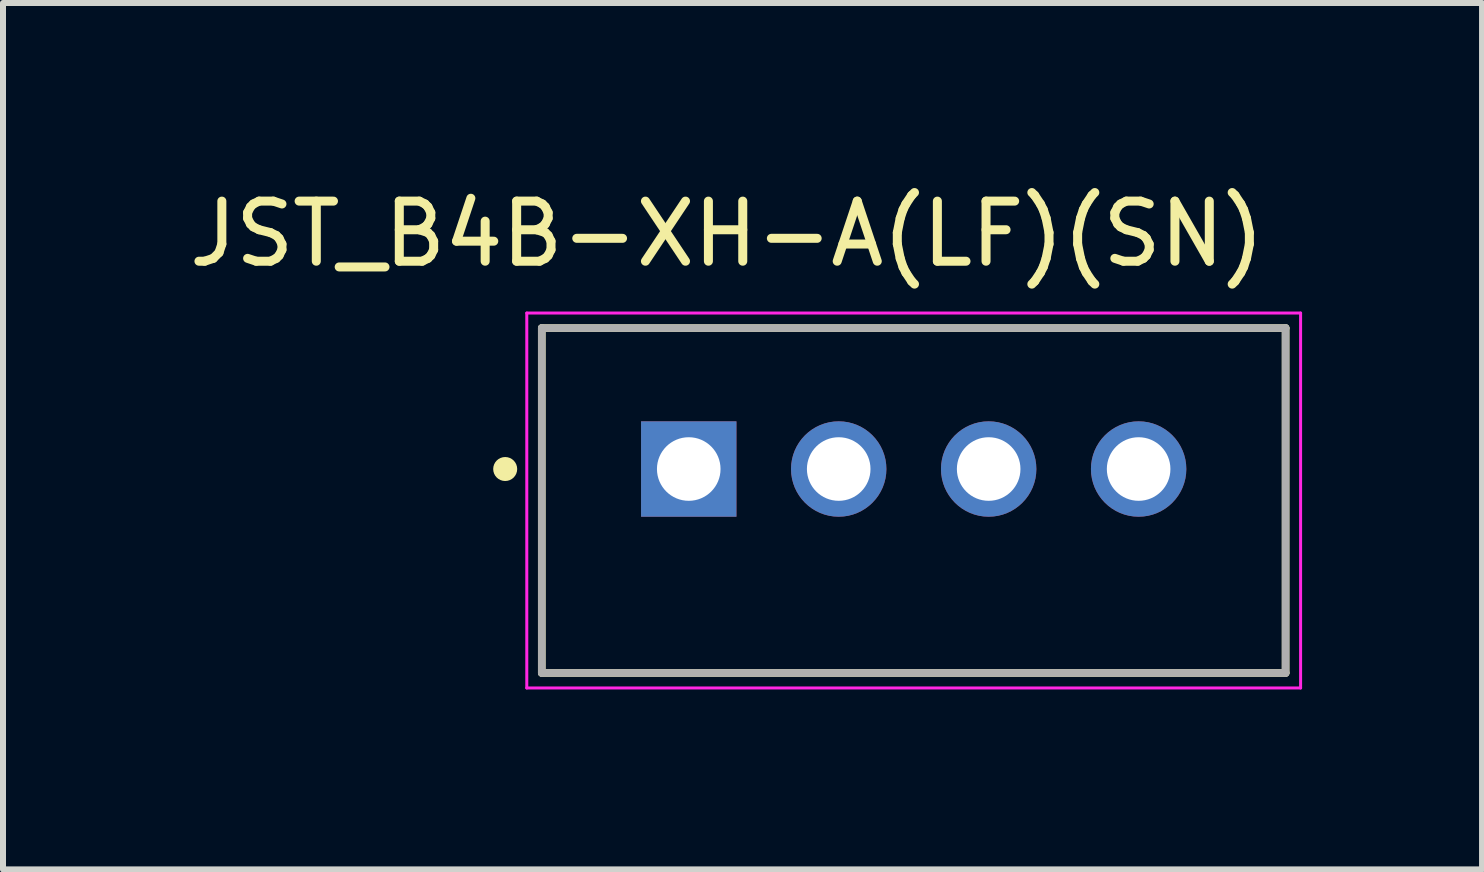
<source format=kicad_pcb>
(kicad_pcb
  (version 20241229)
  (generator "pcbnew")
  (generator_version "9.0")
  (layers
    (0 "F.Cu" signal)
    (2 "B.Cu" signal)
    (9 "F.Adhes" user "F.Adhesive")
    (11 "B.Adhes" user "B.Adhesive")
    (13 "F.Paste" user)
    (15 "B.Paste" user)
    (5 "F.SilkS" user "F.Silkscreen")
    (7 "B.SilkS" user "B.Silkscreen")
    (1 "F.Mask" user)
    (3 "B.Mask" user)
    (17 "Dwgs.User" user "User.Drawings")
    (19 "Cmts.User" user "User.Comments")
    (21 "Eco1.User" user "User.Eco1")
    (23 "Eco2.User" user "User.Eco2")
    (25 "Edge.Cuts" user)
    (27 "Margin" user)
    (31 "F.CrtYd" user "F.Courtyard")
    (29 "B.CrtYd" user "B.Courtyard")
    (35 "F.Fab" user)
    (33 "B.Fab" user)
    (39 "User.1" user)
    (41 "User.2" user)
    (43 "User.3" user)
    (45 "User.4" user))
  (footprint "JST_B4B-XH-A(LF)(SN)"
    (layer "F.Cu")
    (at 8.432 4.769)
    (property "Reference" "JST_B4B-XH-A(LF)(SN)" (at 0.638 -3.92 0) (layer "F.SilkS") (effects (font (size 1.002 1.002) (thickness 0.15))))
    (attr through_hole)
    (fp_line (start -2.45 -2.35) (end -2.45 3.4) (stroke (width 0.127) (type solid)) (layer "F.SilkS"))
    (fp_line (start -2.45 3.4) (end 9.95 3.4) (stroke (width 0.127) (type solid)) (layer "F.SilkS"))
    (fp_line (start 9.95 -2.35) (end -2.45 -2.35) (stroke (width 0.127) (type solid)) (layer "F.SilkS"))
    (fp_line (start 9.95 3.4) (end 9.95 -2.35) (stroke (width 0.127) (type solid)) (layer "F.SilkS"))
    (fp_circle (center -3.06 0) (end -2.96 0) (stroke (width 0.2) (type solid)) (fill no) (layer "F.SilkS"))
    (fp_line (start -2.7 -2.6) (end 10.2 -2.6) (stroke (width 0.05) (type solid)) (layer "F.CrtYd"))
    (fp_line (start -2.7 3.65) (end -2.7 -2.6) (stroke (width 0.05) (type solid)) (layer "F.CrtYd"))
    (fp_line (start 10.2 -2.6) (end 10.2 3.65) (stroke (width 0.05) (type solid)) (layer "F.CrtYd"))
    (fp_line (start 10.2 3.65) (end -2.7 3.65) (stroke (width 0.05) (type solid)) (layer "F.CrtYd"))
    (fp_line (start -2.45 -2.35) (end -2.45 3.4) (stroke (width 0.127) (type solid)) (layer "F.Fab"))
    (fp_line (start -2.45 3.4) (end 9.95 3.4) (stroke (width 0.127) (type solid)) (layer "F.Fab"))
    (fp_line (start 9.95 -2.35) (end -2.45 -2.35) (stroke (width 0.127) (type solid)) (layer "F.Fab"))
    (fp_line (start 9.95 3.4) (end 9.95 -2.35) (stroke (width 0.127) (type solid)) (layer "F.Fab"))
    (pad "1" thru_hole rect (at 0 0) (size 1.59 1.59) (drill 1.06) (layers "*.Cu" "*.Mask"))
    (pad "2" thru_hole circle (at 2.5 0) (size 1.59 1.59) (drill 1.06) (layers "*.Cu" "*.Mask"))
    (pad "3" thru_hole circle (at 5 0) (size 1.59 1.59) (drill 1.06) (layers "*.Cu" "*.Mask"))
    (pad "4" thru_hole circle (at 7.5 0) (size 1.59 1.59) (drill 1.06) (layers "*.Cu" "*.Mask")))
  (gr_rect
    (start -3 -3)
    (end 21.657 11.444)
    (stroke (width 0.1) (type default))
    (fill no)
    (layer "Edge.Cuts")))
</source>
